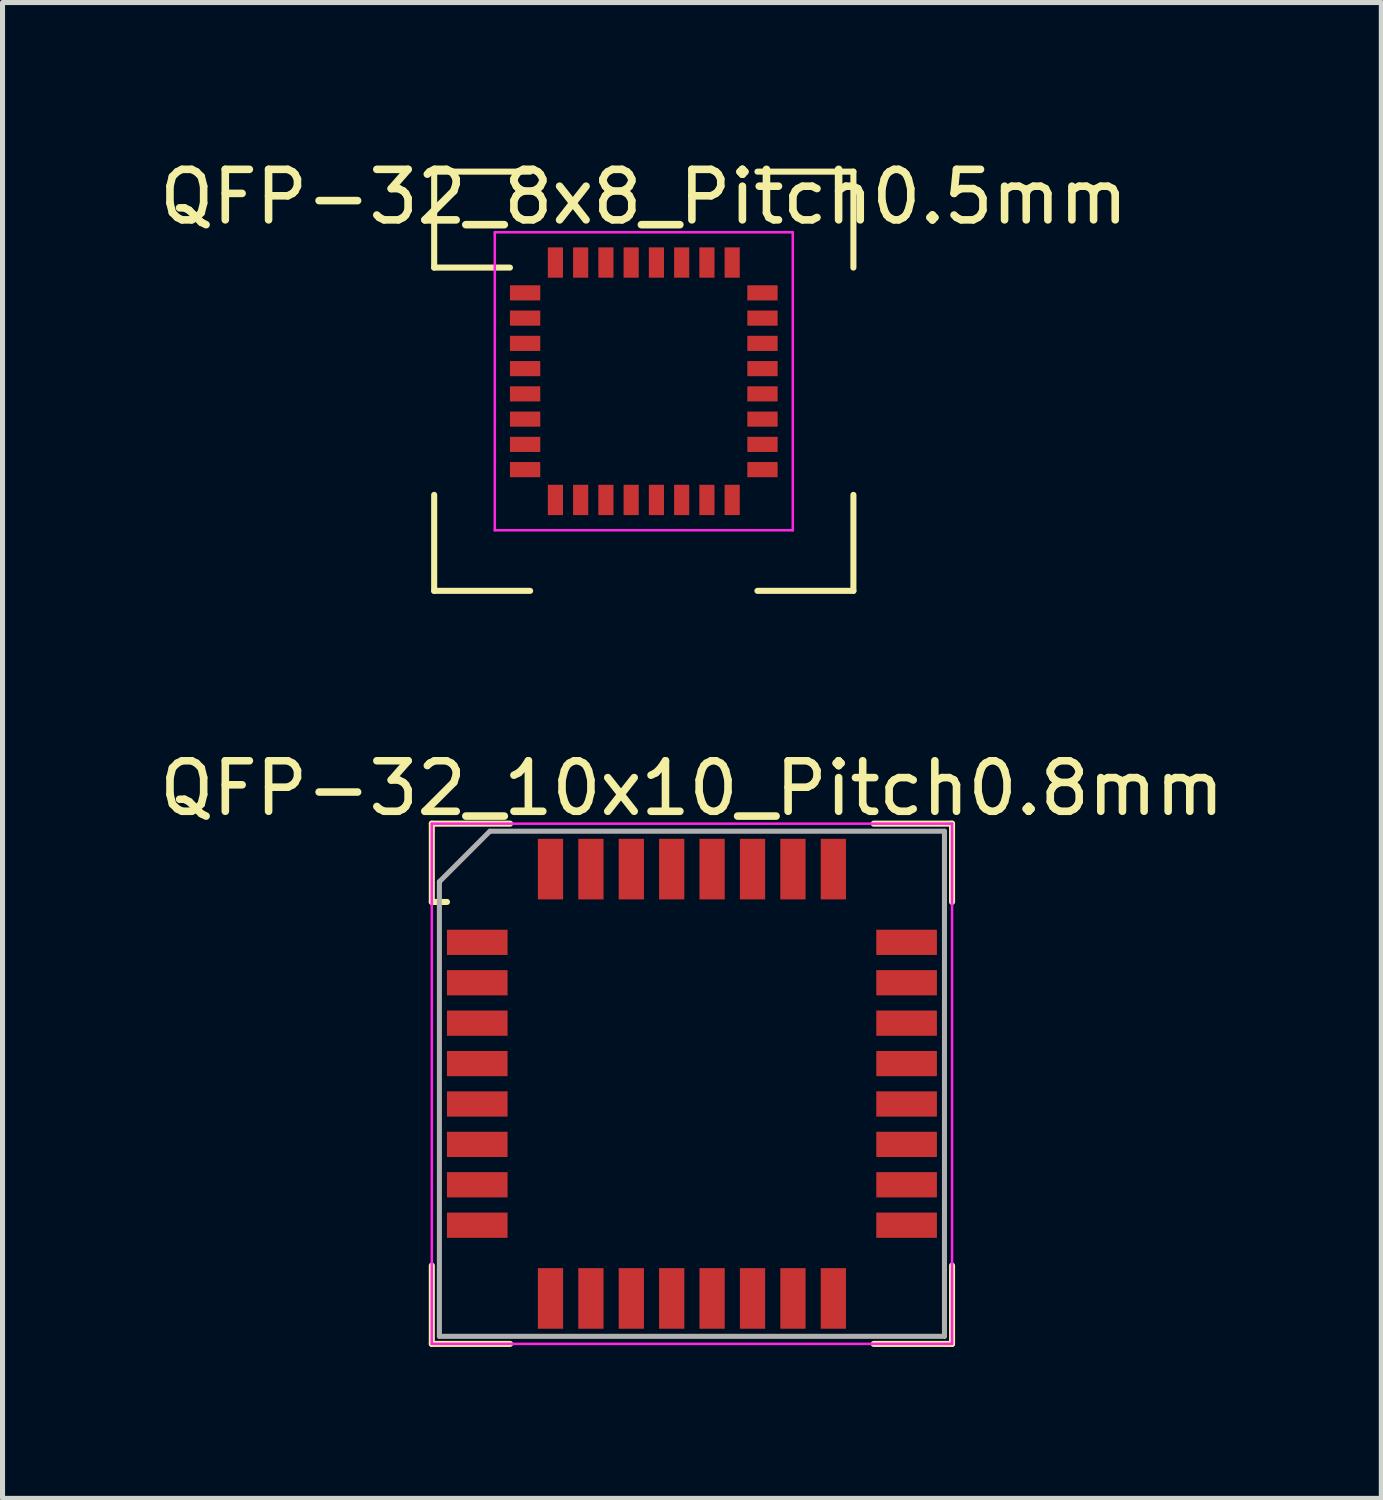
<source format=kicad_pcb>
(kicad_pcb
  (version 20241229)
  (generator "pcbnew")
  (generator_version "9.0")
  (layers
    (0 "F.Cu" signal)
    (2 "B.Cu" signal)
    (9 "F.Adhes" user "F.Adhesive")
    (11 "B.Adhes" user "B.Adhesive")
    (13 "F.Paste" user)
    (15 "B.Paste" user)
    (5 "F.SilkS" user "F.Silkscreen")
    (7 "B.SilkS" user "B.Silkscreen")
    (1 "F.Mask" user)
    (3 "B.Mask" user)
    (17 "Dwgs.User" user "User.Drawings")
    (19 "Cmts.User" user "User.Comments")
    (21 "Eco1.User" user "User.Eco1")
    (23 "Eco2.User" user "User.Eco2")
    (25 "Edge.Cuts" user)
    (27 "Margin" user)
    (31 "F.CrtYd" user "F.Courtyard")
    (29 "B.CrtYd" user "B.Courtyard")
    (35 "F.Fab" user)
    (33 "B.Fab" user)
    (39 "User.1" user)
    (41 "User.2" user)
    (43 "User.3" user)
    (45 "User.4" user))
  (footprint "QFP-32_8x8_Pitch0.5mm"
    (layer "F.Cu")
    (at 9.696 4.498)
    (property "Reference" "QFP-32_8x8_Pitch0.5mm" (at 0 -3.65 0) (layer "F.SilkS") (effects (font (size 1 1) (thickness 0.15))))
    (attr smd)
    (fp_line (start -4.15 -4.15) (end -4.15 -2.25) (stroke (width 0.12) (type solid)) (layer "F.SilkS"))
    (fp_line (start -4.15 -2.25) (end -2.65 -2.25) (stroke (width 0.12) (type solid)) (layer "F.SilkS"))
    (fp_line (start -4.15 4.15) (end -4.15 2.25) (stroke (width 0.12) (type solid)) (layer "F.SilkS"))
    (fp_line (start -2.25 -4.15) (end -4.15 -4.15) (stroke (width 0.12) (type solid)) (layer "F.SilkS"))
    (fp_line (start -2.25 4.15) (end -4.15 4.15) (stroke (width 0.12) (type solid)) (layer "F.SilkS"))
    (fp_line (start 2.25 -4.15) (end 4.15 -4.15) (stroke (width 0.12) (type solid)) (layer "F.SilkS"))
    (fp_line (start 2.25 4.15) (end 4.15 4.15) (stroke (width 0.12) (type solid)) (layer "F.SilkS"))
    (fp_line (start 4.15 -4.15) (end 4.15 -2.25) (stroke (width 0.12) (type solid)) (layer "F.SilkS"))
    (fp_line (start 4.15 4.15) (end 4.15 2.25) (stroke (width 0.12) (type solid)) (layer "F.SilkS"))
    (fp_line (start -2.95 -2.95) (end 2.95 -2.95) (stroke (width 0.05) (type solid)) (layer "F.CrtYd"))
    (fp_line (start -2.95 2.95) (end -2.95 -2.95) (stroke (width 0.05) (type solid)) (layer "F.CrtYd"))
    (fp_line (start 2.95 -2.95) (end 2.95 2.95) (stroke (width 0.05) (type solid)) (layer "F.CrtYd"))
    (fp_line (start 2.95 2.95) (end -2.95 2.95) (stroke (width 0.05) (type solid)) (layer "F.CrtYd"))
    (pad "1" smd rect (at -2.35 -1.75 90) (size 0.3 0.6) (layers "F.Cu" "F.Mask" "F.Paste"))
    (pad "2" smd rect (at -2.35 -1.25 90) (size 0.3 0.6) (layers "F.Cu" "F.Mask" "F.Paste"))
    (pad "3" smd rect (at -2.35 -0.75 90) (size 0.3 0.6) (layers "F.Cu" "F.Mask" "F.Paste"))
    (pad "4" smd rect (at -2.35 -0.25 90) (size 0.3 0.6) (layers "F.Cu" "F.Mask" "F.Paste"))
    (pad "5" smd rect (at -2.35 0.25 90) (size 0.3 0.6) (layers "F.Cu" "F.Mask" "F.Paste"))
    (pad "6" smd rect (at -2.35 0.75 90) (size 0.3 0.6) (layers "F.Cu" "F.Mask" "F.Paste"))
    (pad "7" smd rect (at -2.35 1.25 90) (size 0.3 0.6) (layers "F.Cu" "F.Mask" "F.Paste"))
    (pad "8" smd rect (at -2.35 1.75 90) (size 0.3 0.6) (layers "F.Cu" "F.Mask" "F.Paste"))
    (pad "9" smd rect (at -1.75 2.35) (size 0.3 0.6) (layers "F.Cu" "F.Mask" "F.Paste"))
    (pad "10" smd rect (at -1.25 2.35) (size 0.3 0.6) (layers "F.Cu" "F.Mask" "F.Paste"))
    (pad "11" smd rect (at -0.75 2.35) (size 0.3 0.6) (layers "F.Cu" "F.Mask" "F.Paste"))
    (pad "12" smd rect (at -0.25 2.35) (size 0.3 0.6) (layers "F.Cu" "F.Mask" "F.Paste"))
    (pad "13" smd rect (at 0.25 2.35) (size 0.3 0.6) (layers "F.Cu" "F.Mask" "F.Paste"))
    (pad "14" smd rect (at 0.75 2.35) (size 0.3 0.6) (layers "F.Cu" "F.Mask" "F.Paste"))
    (pad "15" smd rect (at 1.25 2.35) (size 0.3 0.6) (layers "F.Cu" "F.Mask" "F.Paste"))
    (pad "16" smd rect (at 1.75 2.35) (size 0.3 0.6) (layers "F.Cu" "F.Mask" "F.Paste"))
    (pad "17" smd rect (at 2.35 1.75 90) (size 0.3 0.6) (layers "F.Cu" "F.Mask" "F.Paste"))
    (pad "18" smd rect (at 2.35 1.25 90) (size 0.3 0.6) (layers "F.Cu" "F.Mask" "F.Paste"))
    (pad "19" smd rect (at 2.35 0.75 90) (size 0.3 0.6) (layers "F.Cu" "F.Mask" "F.Paste"))
    (pad "20" smd rect (at 2.35 0.25 90) (size 0.3 0.6) (layers "F.Cu" "F.Mask" "F.Paste"))
    (pad "21" smd rect (at 2.35 -0.25 90) (size 0.3 0.6) (layers "F.Cu" "F.Mask" "F.Paste"))
    (pad "22" smd rect (at 2.35 -0.75 90) (size 0.3 0.6) (layers "F.Cu" "F.Mask" "F.Paste"))
    (pad "23" smd rect (at 2.35 -1.25 90) (size 0.3 0.6) (layers "F.Cu" "F.Mask" "F.Paste"))
    (pad "24" smd rect (at 2.35 -1.75 90) (size 0.3 0.6) (layers "F.Cu" "F.Mask" "F.Paste"))
    (pad "25" smd rect (at 1.75 -2.35) (size 0.3 0.6) (layers "F.Cu" "F.Mask" "F.Paste"))
    (pad "26" smd rect (at 1.25 -2.35) (size 0.3 0.6) (layers "F.Cu" "F.Mask" "F.Paste"))
    (pad "27" smd rect (at 0.75 -2.35) (size 0.3 0.6) (layers "F.Cu" "F.Mask" "F.Paste"))
    (pad "28" smd rect (at 0.25 -2.35) (size 0.3 0.6) (layers "F.Cu" "F.Mask" "F.Paste"))
    (pad "29" smd rect (at -0.25 -2.35) (size 0.3 0.6) (layers "F.Cu" "F.Mask" "F.Paste"))
    (pad "30" smd rect (at -0.75 -2.35) (size 0.3 0.6) (layers "F.Cu" "F.Mask" "F.Paste"))
    (pad "31" smd rect (at -1.25 -2.35) (size 0.3 0.6) (layers "F.Cu" "F.Mask" "F.Paste"))
    (pad "32" smd rect (at -1.75 -2.35) (size 0.3 0.6) (layers "F.Cu" "F.Mask" "F.Paste")))
  (footprint "QFP-32_10x10_Pitch0.8mm"
    (layer "F.Cu")
    (at 10.649 18.407)
    (property "Reference" "QFP-32_10x10_Pitch0.8mm" (at 0 -5.85 0) (layer "F.SilkS") (effects (font (size 1 1) (thickness 0.15))))
    (attr smd)
    (fp_line (start -5.15 -5.15) (end -5.15 -3.6) (stroke (width 0.12) (type solid)) (layer "F.SilkS"))
    (fp_line (start -5.15 -3.6) (end -4.85 -3.6) (stroke (width 0.12) (type solid)) (layer "F.SilkS"))
    (fp_line (start -5.15 5.15) (end -5.15 3.6) (stroke (width 0.12) (type solid)) (layer "F.SilkS"))
    (fp_line (start -3.6 -5.15) (end -5.15 -5.15) (stroke (width 0.12) (type solid)) (layer "F.SilkS"))
    (fp_line (start -3.6 5.15) (end -5.15 5.15) (stroke (width 0.12) (type solid)) (layer "F.SilkS"))
    (fp_line (start 3.6 -5.15) (end 5.15 -5.15) (stroke (width 0.12) (type solid)) (layer "F.SilkS"))
    (fp_line (start 3.6 5.15) (end 5.15 5.15) (stroke (width 0.12) (type solid)) (layer "F.SilkS"))
    (fp_line (start 5.15 -5.15) (end 5.15 -3.6) (stroke (width 0.12) (type solid)) (layer "F.SilkS"))
    (fp_line (start 5.15 5.15) (end 5.15 3.6) (stroke (width 0.12) (type solid)) (layer "F.SilkS"))
    (fp_line (start -5.15 -5.15) (end 5.15 -5.15) (stroke (width 0.05) (type solid)) (layer "F.CrtYd"))
    (fp_line (start -5.15 5.15) (end -5.15 -5.15) (stroke (width 0.05) (type solid)) (layer "F.CrtYd"))
    (fp_line (start 5.15 -5.15) (end 5.15 5.15) (stroke (width 0.05) (type solid)) (layer "F.CrtYd"))
    (fp_line (start 5.15 5.15) (end -5.15 5.15) (stroke (width 0.05) (type solid)) (layer "F.CrtYd"))
    (fp_line (start -5 -4) (end -5 5) (stroke (width 0.1) (type solid)) (layer "F.Fab"))
    (fp_line (start -5 5) (end 5 5) (stroke (width 0.1) (type solid)) (layer "F.Fab"))
    (fp_line (start -4 -5) (end -5 -4) (stroke (width 0.1) (type solid)) (layer "F.Fab"))
    (fp_line (start 5 -5) (end -4 -5) (stroke (width 0.1) (type solid)) (layer "F.Fab"))
    (fp_line (start 5 5) (end 5 -5) (stroke (width 0.1) (type solid)) (layer "F.Fab"))
    (pad "1" smd rect (at -4.25 -2.8 90) (size 0.5 1.2) (layers "F.Cu" "F.Mask" "F.Paste"))
    (pad "2" smd rect (at -4.25 -2 90) (size 0.5 1.2) (layers "F.Cu" "F.Mask" "F.Paste"))
    (pad "3" smd rect (at -4.25 -1.2 90) (size 0.5 1.2) (layers "F.Cu" "F.Mask" "F.Paste"))
    (pad "4" smd rect (at -4.25 -0.4 90) (size 0.5 1.2) (layers "F.Cu" "F.Mask" "F.Paste"))
    (pad "5" smd rect (at -4.25 0.4 90) (size 0.5 1.2) (layers "F.Cu" "F.Mask" "F.Paste"))
    (pad "6" smd rect (at -4.25 1.2 90) (size 0.5 1.2) (layers "F.Cu" "F.Mask" "F.Paste"))
    (pad "7" smd rect (at -4.25 2 90) (size 0.5 1.2) (layers "F.Cu" "F.Mask" "F.Paste"))
    (pad "8" smd rect (at -4.25 2.8 90) (size 0.5 1.2) (layers "F.Cu" "F.Mask" "F.Paste"))
    (pad "9" smd rect (at -2.8 4.25) (size 0.5 1.2) (layers "F.Cu" "F.Mask" "F.Paste"))
    (pad "10" smd rect (at -2 4.25) (size 0.5 1.2) (layers "F.Cu" "F.Mask" "F.Paste"))
    (pad "11" smd rect (at -1.2 4.25) (size 0.5 1.2) (layers "F.Cu" "F.Mask" "F.Paste"))
    (pad "12" smd rect (at -0.4 4.25) (size 0.5 1.2) (layers "F.Cu" "F.Mask" "F.Paste"))
    (pad "13" smd rect (at 0.4 4.25) (size 0.5 1.2) (layers "F.Cu" "F.Mask" "F.Paste"))
    (pad "14" smd rect (at 1.2 4.25) (size 0.5 1.2) (layers "F.Cu" "F.Mask" "F.Paste"))
    (pad "15" smd rect (at 2 4.25) (size 0.5 1.2) (layers "F.Cu" "F.Mask" "F.Paste"))
    (pad "16" smd rect (at 2.8 4.25) (size 0.5 1.2) (layers "F.Cu" "F.Mask" "F.Paste"))
    (pad "17" smd rect (at 4.25 2.8 90) (size 0.5 1.2) (layers "F.Cu" "F.Mask" "F.Paste"))
    (pad "18" smd rect (at 4.25 2 90) (size 0.5 1.2) (layers "F.Cu" "F.Mask" "F.Paste"))
    (pad "19" smd rect (at 4.25 1.2 90) (size 0.5 1.2) (layers "F.Cu" "F.Mask" "F.Paste"))
    (pad "20" smd rect (at 4.25 0.4 90) (size 0.5 1.2) (layers "F.Cu" "F.Mask" "F.Paste"))
    (pad "21" smd rect (at 4.25 -0.4 90) (size 0.5 1.2) (layers "F.Cu" "F.Mask" "F.Paste"))
    (pad "22" smd rect (at 4.25 -1.2 90) (size 0.5 1.2) (layers "F.Cu" "F.Mask" "F.Paste"))
    (pad "23" smd rect (at 4.25 -2 90) (size 0.5 1.2) (layers "F.Cu" "F.Mask" "F.Paste"))
    (pad "24" smd rect (at 4.25 -2.8 90) (size 0.5 1.2) (layers "F.Cu" "F.Mask" "F.Paste"))
    (pad "25" smd rect (at 2.8 -4.25) (size 0.5 1.2) (layers "F.Cu" "F.Mask" "F.Paste"))
    (pad "26" smd rect (at 2 -4.25) (size 0.5 1.2) (layers "F.Cu" "F.Mask" "F.Paste"))
    (pad "27" smd rect (at 1.2 -4.25) (size 0.5 1.2) (layers "F.Cu" "F.Mask" "F.Paste"))
    (pad "28" smd rect (at 0.4 -4.25) (size 0.5 1.2) (layers "F.Cu" "F.Mask" "F.Paste"))
    (pad "29" smd rect (at -0.4 -4.25) (size 0.5 1.2) (layers "F.Cu" "F.Mask" "F.Paste"))
    (pad "30" smd rect (at -1.2 -4.25) (size 0.5 1.2) (layers "F.Cu" "F.Mask" "F.Paste"))
    (pad "31" smd rect (at -2 -4.25) (size 0.5 1.2) (layers "F.Cu" "F.Mask" "F.Paste"))
    (pad "32" smd rect (at -2.8 -4.25) (size 0.5 1.2) (layers "F.Cu" "F.Mask" "F.Paste")))
  (gr_rect
    (start -3 -3)
    (end 24.298 26.616)
    (stroke (width 0.1) (type default))
    (fill no)
    (layer "Edge.Cuts")))
</source>
